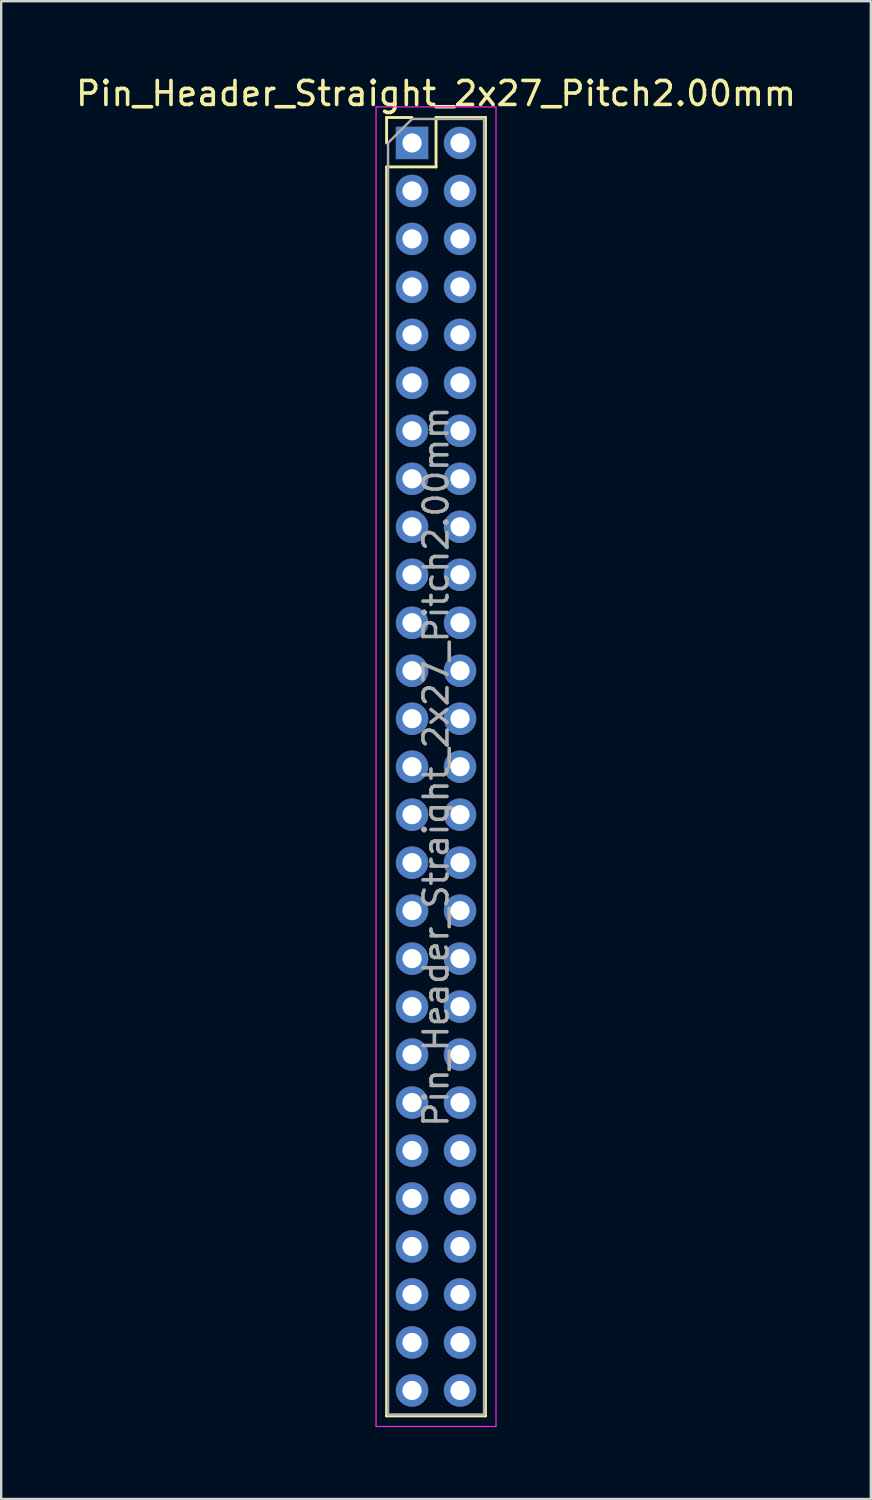
<source format=kicad_pcb>
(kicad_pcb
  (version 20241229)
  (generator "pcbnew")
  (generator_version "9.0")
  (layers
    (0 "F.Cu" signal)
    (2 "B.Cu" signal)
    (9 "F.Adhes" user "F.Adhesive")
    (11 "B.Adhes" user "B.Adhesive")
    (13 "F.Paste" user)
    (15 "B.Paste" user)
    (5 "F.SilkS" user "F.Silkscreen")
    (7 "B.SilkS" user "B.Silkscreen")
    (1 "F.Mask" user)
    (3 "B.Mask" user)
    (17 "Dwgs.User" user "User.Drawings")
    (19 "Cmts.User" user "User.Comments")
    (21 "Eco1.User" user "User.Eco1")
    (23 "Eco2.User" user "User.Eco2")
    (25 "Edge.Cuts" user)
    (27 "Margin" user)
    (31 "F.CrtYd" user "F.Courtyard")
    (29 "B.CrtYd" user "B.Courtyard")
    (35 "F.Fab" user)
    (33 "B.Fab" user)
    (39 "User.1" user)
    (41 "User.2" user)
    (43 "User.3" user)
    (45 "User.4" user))
  (footprint "Pin_Header_Straight_2x27_Pitch2.00mm"
    (layer "F.Cu")
    (at 14.125 2.908)
    (property "Reference" "Pin_Header_Straight_2x27_Pitch2.00mm" (at 1 -2.06 0) (layer "F.SilkS") (effects (font (size 1 1) (thickness 0.15))))
    (attr through_hole)
    (fp_line (start -1.06 -1.06) (end 0 -1.06) (stroke (width 0.12) (type solid)) (layer "F.SilkS"))
    (fp_line (start -1.06 0) (end -1.06 -1.06) (stroke (width 0.12) (type solid)) (layer "F.SilkS"))
    (fp_line (start -1.06 1) (end -1.06 53.06) (stroke (width 0.12) (type solid)) (layer "F.SilkS"))
    (fp_line (start -1.06 53.06) (end 3.06 53.06) (stroke (width 0.12) (type solid)) (layer "F.SilkS"))
    (fp_line (start 1 -1.06) (end 1 1) (stroke (width 0.12) (type solid)) (layer "F.SilkS"))
    (fp_line (start 1 1) (end -1.06 1) (stroke (width 0.12) (type solid)) (layer "F.SilkS"))
    (fp_line (start 3.06 -1.06) (end 1 -1.06) (stroke (width 0.12) (type solid)) (layer "F.SilkS"))
    (fp_line (start 3.06 53.06) (end 3.06 -1.06) (stroke (width 0.12) (type solid)) (layer "F.SilkS"))
    (fp_line (start -1.5 -1.5) (end -1.5 53.5) (stroke (width 0.05) (type solid)) (layer "F.CrtYd"))
    (fp_line (start -1.5 53.5) (end 3.5 53.5) (stroke (width 0.05) (type solid)) (layer "F.CrtYd"))
    (fp_line (start 3.5 -1.5) (end -1.5 -1.5) (stroke (width 0.05) (type solid)) (layer "F.CrtYd"))
    (fp_line (start 3.5 53.5) (end 3.5 -1.5) (stroke (width 0.05) (type solid)) (layer "F.CrtYd"))
    (fp_line (start -1 0) (end 0 -1) (stroke (width 0.1) (type solid)) (layer "F.Fab"))
    (fp_line (start -1 53) (end -1 0) (stroke (width 0.1) (type solid)) (layer "F.Fab"))
    (fp_line (start 0 -1) (end 3 -1) (stroke (width 0.1) (type solid)) (layer "F.Fab"))
    (fp_line (start 3 -1) (end 3 53) (stroke (width 0.1) (type solid)) (layer "F.Fab"))
    (fp_line (start 3 53) (end -1 53) (stroke (width 0.1) (type solid)) (layer "F.Fab"))
    (fp_text user "${REFERENCE}" (at 1 26 90) (layer "F.Fab") (effects (font (size 1 1) (thickness 0.15))))
    (pad "1" thru_hole rect (at 0 0) (size 1.35 1.35) (drill 0.8) (layers "*.Cu" "*.Mask"))
    (pad "2" thru_hole oval (at 2 0) (size 1.35 1.35) (drill 0.8) (layers "*.Cu" "*.Mask"))
    (pad "3" thru_hole oval (at 0 2) (size 1.35 1.35) (drill 0.8) (layers "*.Cu" "*.Mask"))
    (pad "4" thru_hole oval (at 2 2) (size 1.35 1.35) (drill 0.8) (layers "*.Cu" "*.Mask"))
    (pad "5" thru_hole oval (at 0 4) (size 1.35 1.35) (drill 0.8) (layers "*.Cu" "*.Mask"))
    (pad "6" thru_hole oval (at 2 4) (size 1.35 1.35) (drill 0.8) (layers "*.Cu" "*.Mask"))
    (pad "7" thru_hole oval (at 0 6) (size 1.35 1.35) (drill 0.8) (layers "*.Cu" "*.Mask"))
    (pad "8" thru_hole oval (at 2 6) (size 1.35 1.35) (drill 0.8) (layers "*.Cu" "*.Mask"))
    (pad "9" thru_hole oval (at 0 8) (size 1.35 1.35) (drill 0.8) (layers "*.Cu" "*.Mask"))
    (pad "10" thru_hole oval (at 2 8) (size 1.35 1.35) (drill 0.8) (layers "*.Cu" "*.Mask"))
    (pad "11" thru_hole oval (at 0 10) (size 1.35 1.35) (drill 0.8) (layers "*.Cu" "*.Mask"))
    (pad "12" thru_hole oval (at 2 10) (size 1.35 1.35) (drill 0.8) (layers "*.Cu" "*.Mask"))
    (pad "13" thru_hole oval (at 0 12) (size 1.35 1.35) (drill 0.8) (layers "*.Cu" "*.Mask"))
    (pad "14" thru_hole oval (at 2 12) (size 1.35 1.35) (drill 0.8) (layers "*.Cu" "*.Mask"))
    (pad "15" thru_hole oval (at 0 14) (size 1.35 1.35) (drill 0.8) (layers "*.Cu" "*.Mask"))
    (pad "16" thru_hole oval (at 2 14) (size 1.35 1.35) (drill 0.8) (layers "*.Cu" "*.Mask"))
    (pad "17" thru_hole oval (at 0 16) (size 1.35 1.35) (drill 0.8) (layers "*.Cu" "*.Mask"))
    (pad "18" thru_hole oval (at 2 16) (size 1.35 1.35) (drill 0.8) (layers "*.Cu" "*.Mask"))
    (pad "19" thru_hole oval (at 0 18) (size 1.35 1.35) (drill 0.8) (layers "*.Cu" "*.Mask"))
    (pad "20" thru_hole oval (at 2 18) (size 1.35 1.35) (drill 0.8) (layers "*.Cu" "*.Mask"))
    (pad "21" thru_hole oval (at 0 20) (size 1.35 1.35) (drill 0.8) (layers "*.Cu" "*.Mask"))
    (pad "22" thru_hole oval (at 2 20) (size 1.35 1.35) (drill 0.8) (layers "*.Cu" "*.Mask"))
    (pad "23" thru_hole oval (at 0 22) (size 1.35 1.35) (drill 0.8) (layers "*.Cu" "*.Mask"))
    (pad "24" thru_hole oval (at 2 22) (size 1.35 1.35) (drill 0.8) (layers "*.Cu" "*.Mask"))
    (pad "25" thru_hole oval (at 0 24) (size 1.35 1.35) (drill 0.8) (layers "*.Cu" "*.Mask"))
    (pad "26" thru_hole oval (at 2 24) (size 1.35 1.35) (drill 0.8) (layers "*.Cu" "*.Mask"))
    (pad "27" thru_hole oval (at 0 26) (size 1.35 1.35) (drill 0.8) (layers "*.Cu" "*.Mask"))
    (pad "28" thru_hole oval (at 2 26) (size 1.35 1.35) (drill 0.8) (layers "*.Cu" "*.Mask"))
    (pad "29" thru_hole oval (at 0 28) (size 1.35 1.35) (drill 0.8) (layers "*.Cu" "*.Mask"))
    (pad "30" thru_hole oval (at 2 28) (size 1.35 1.35) (drill 0.8) (layers "*.Cu" "*.Mask"))
    (pad "31" thru_hole oval (at 0 30) (size 1.35 1.35) (drill 0.8) (layers "*.Cu" "*.Mask"))
    (pad "32" thru_hole oval (at 2 30) (size 1.35 1.35) (drill 0.8) (layers "*.Cu" "*.Mask"))
    (pad "33" thru_hole oval (at 0 32) (size 1.35 1.35) (drill 0.8) (layers "*.Cu" "*.Mask"))
    (pad "34" thru_hole oval (at 2 32) (size 1.35 1.35) (drill 0.8) (layers "*.Cu" "*.Mask"))
    (pad "35" thru_hole oval (at 0 34) (size 1.35 1.35) (drill 0.8) (layers "*.Cu" "*.Mask"))
    (pad "36" thru_hole oval (at 2 34) (size 1.35 1.35) (drill 0.8) (layers "*.Cu" "*.Mask"))
    (pad "37" thru_hole oval (at 0 36) (size 1.35 1.35) (drill 0.8) (layers "*.Cu" "*.Mask"))
    (pad "38" thru_hole oval (at 2 36) (size 1.35 1.35) (drill 0.8) (layers "*.Cu" "*.Mask"))
    (pad "39" thru_hole oval (at 0 38) (size 1.35 1.35) (drill 0.8) (layers "*.Cu" "*.Mask"))
    (pad "40" thru_hole oval (at 2 38) (size 1.35 1.35) (drill 0.8) (layers "*.Cu" "*.Mask"))
    (pad "41" thru_hole oval (at 0 40) (size 1.35 1.35) (drill 0.8) (layers "*.Cu" "*.Mask"))
    (pad "42" thru_hole oval (at 2 40) (size 1.35 1.35) (drill 0.8) (layers "*.Cu" "*.Mask"))
    (pad "43" thru_hole oval (at 0 42) (size 1.35 1.35) (drill 0.8) (layers "*.Cu" "*.Mask"))
    (pad "44" thru_hole oval (at 2 42) (size 1.35 1.35) (drill 0.8) (layers "*.Cu" "*.Mask"))
    (pad "45" thru_hole oval (at 0 44) (size 1.35 1.35) (drill 0.8) (layers "*.Cu" "*.Mask"))
    (pad "46" thru_hole oval (at 2 44) (size 1.35 1.35) (drill 0.8) (layers "*.Cu" "*.Mask"))
    (pad "47" thru_hole oval (at 0 46) (size 1.35 1.35) (drill 0.8) (layers "*.Cu" "*.Mask"))
    (pad "48" thru_hole oval (at 2 46) (size 1.35 1.35) (drill 0.8) (layers "*.Cu" "*.Mask"))
    (pad "49" thru_hole oval (at 0 48) (size 1.35 1.35) (drill 0.8) (layers "*.Cu" "*.Mask"))
    (pad "50" thru_hole oval (at 2 48) (size 1.35 1.35) (drill 0.8) (layers "*.Cu" "*.Mask"))
    (pad "51" thru_hole oval (at 0 50) (size 1.35 1.35) (drill 0.8) (layers "*.Cu" "*.Mask"))
    (pad "52" thru_hole oval (at 2 50) (size 1.35 1.35) (drill 0.8) (layers "*.Cu" "*.Mask"))
    (pad "53" thru_hole oval (at 0 52) (size 1.35 1.35) (drill 0.8) (layers "*.Cu" "*.Mask"))
    (pad "54" thru_hole oval (at 2 52) (size 1.35 1.35) (drill 0.8) (layers "*.Cu" "*.Mask")))
  (gr_rect
    (start -3 -3)
    (end 33.25 59.433)
    (stroke (width 0.1) (type default))
    (fill no)
    (layer "Edge.Cuts")))
</source>
